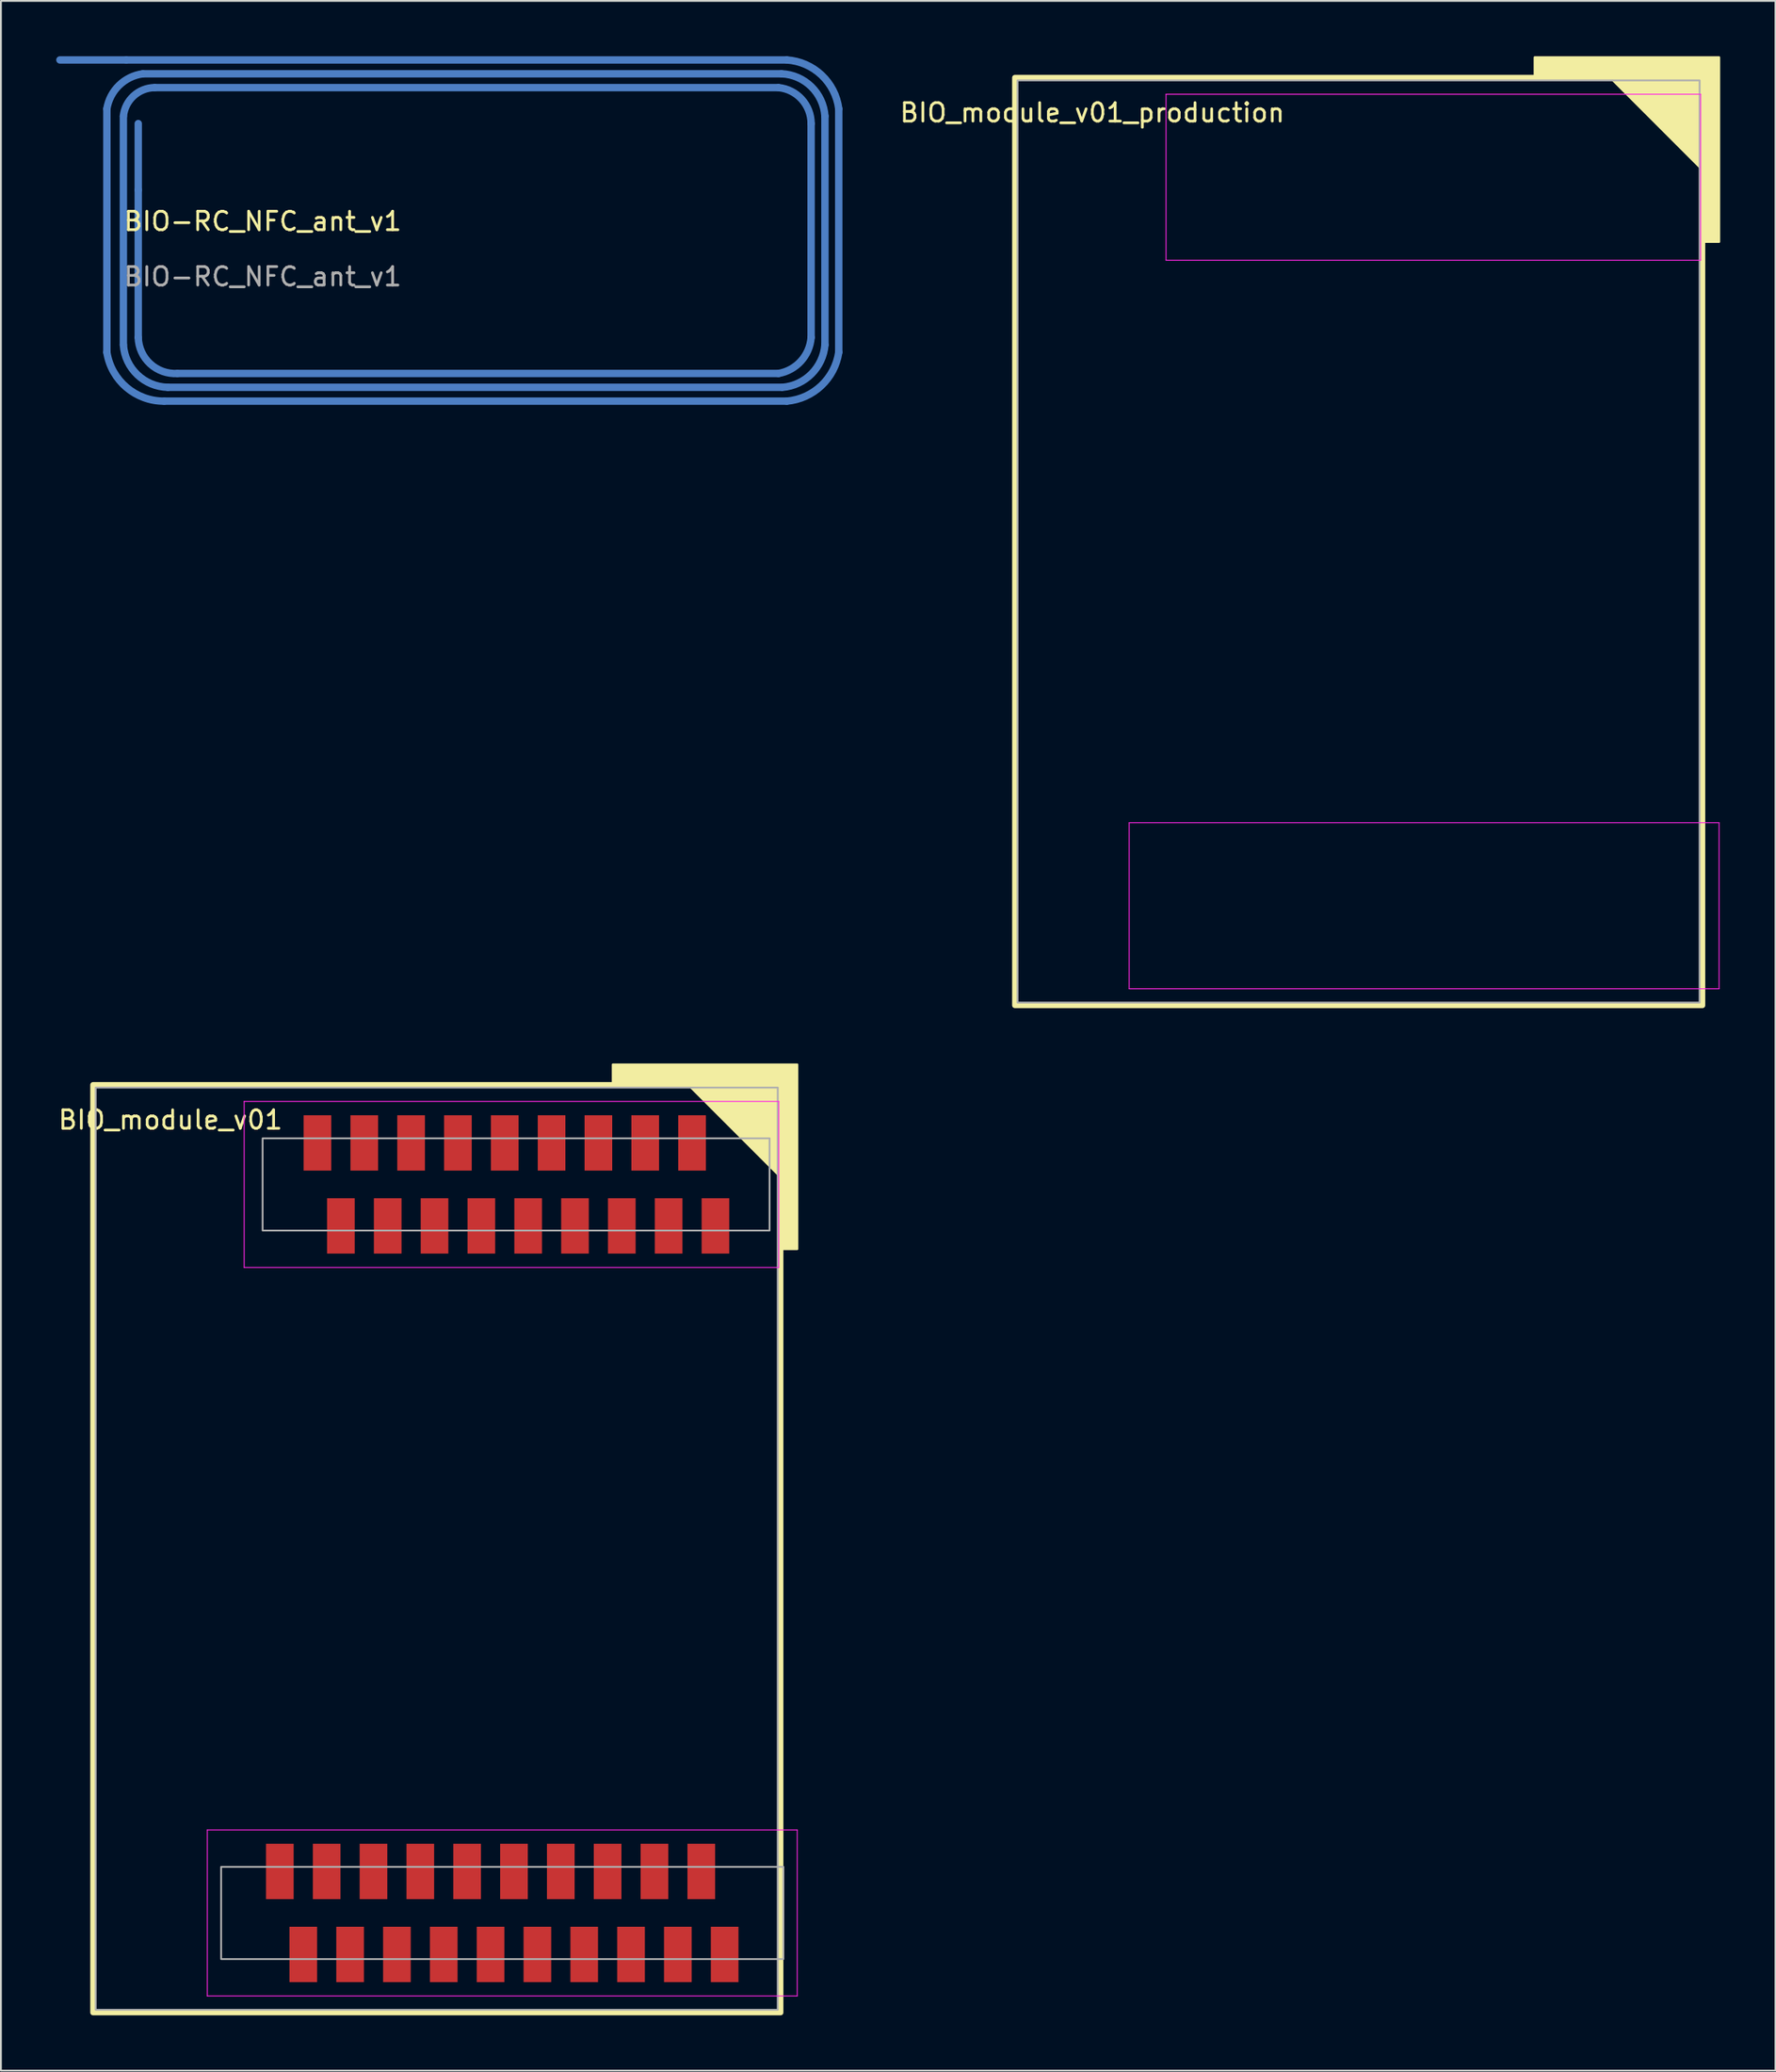
<source format=kicad_pcb>
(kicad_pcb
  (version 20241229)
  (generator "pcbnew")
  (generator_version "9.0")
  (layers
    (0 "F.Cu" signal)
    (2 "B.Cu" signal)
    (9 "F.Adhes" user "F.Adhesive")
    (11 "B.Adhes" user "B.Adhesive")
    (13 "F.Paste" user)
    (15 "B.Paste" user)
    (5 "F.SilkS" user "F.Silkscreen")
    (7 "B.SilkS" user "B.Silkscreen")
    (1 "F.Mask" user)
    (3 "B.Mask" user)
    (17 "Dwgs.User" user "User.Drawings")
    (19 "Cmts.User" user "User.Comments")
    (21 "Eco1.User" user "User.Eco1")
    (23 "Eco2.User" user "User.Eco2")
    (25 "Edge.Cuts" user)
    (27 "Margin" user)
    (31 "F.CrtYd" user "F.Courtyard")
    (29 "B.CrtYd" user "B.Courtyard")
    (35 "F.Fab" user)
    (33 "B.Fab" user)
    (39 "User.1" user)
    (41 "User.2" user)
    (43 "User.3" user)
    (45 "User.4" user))
  (footprint "BIO_module_v01"
    (layer "F.Cu")
    (at 24.196 100.67)
    (property "Reference" "BIO_module_v01" (at -18 -43 0) (unlocked yes) (layer "F.SilkS") (effects (font (size 1 1) (thickness 0.15))))
    (attr smd)
    (fp_rect (start -22.2 -44.9) (end -22.2 -44.9) (stroke (width 0.12) (type solid)) (fill no) (layer "F.SilkS"))
    (fp_rect (start 15.1 5.4) (end -22.2 -44.9) (stroke (width 0.3) (type solid)) (fill no) (layer "F.SilkS"))
    (fp_poly (pts (xy 16 -36) (xy 15 -36) (xy 15 -40) (xy 10 -45) (xy 6 -45) (xy 6 -46) (xy 16 -46)) (stroke (width 0.12) (type solid)) (fill yes) (layer "F.SilkS"))
    (fp_line (start -16 -4.5) (end -16 4.5) (stroke (width 0.05) (type solid)) (layer "F.CrtYd"))
    (fp_line (start -16 4.5) (end 16 4.5) (stroke (width 0.05) (type solid)) (layer "F.CrtYd"))
    (fp_line (start -14 -44) (end -14 -35) (stroke (width 0.05) (type solid)) (layer "F.CrtYd"))
    (fp_line (start -14 -35) (end 15 -35) (stroke (width 0.05) (type solid)) (layer "F.CrtYd"))
    (fp_line (start 15 -44) (end -14 -44) (stroke (width 0.05) (type solid)) (layer "F.CrtYd"))
    (fp_line (start 15 -35) (end 15 -44) (stroke (width 0.05) (type solid)) (layer "F.CrtYd"))
    (fp_line (start 16 -4.5) (end -16 -4.5) (stroke (width 0.05) (type solid)) (layer "F.CrtYd"))
    (fp_line (start 16 4.5) (end 16 -4.5) (stroke (width 0.05) (type solid)) (layer "F.CrtYd"))
    (fp_rect (start -22.055 -44.75) (end 14.945 5.25) (stroke (width 0.1) (type solid)) (fill no) (layer "F.Fab"))
    (fp_rect (start -15.25 -2.5) (end 15.25 2.5) (stroke (width 0.1) (type solid)) (fill no) (layer "F.Fab"))
    (fp_rect (start -13 -42) (end 14.5 -37) (stroke (width 0.1) (type solid)) (fill no) (layer "F.Fab"))
    (pad "A1" smd rect (at 11.565 -37.25) (size 1.5 3) (layers "F.Cu" "F.Mask" "F.Paste"))
    (pad "A2" smd rect (at 10.295 -41.75) (size 1.5 3) (layers "F.Cu" "F.Mask" "F.Paste"))
    (pad "A3" smd rect (at 9.025 -37.25) (size 1.5 3) (layers "F.Cu" "F.Mask" "F.Paste"))
    (pad "A4" smd rect (at 7.755 -41.75) (size 1.5 3) (layers "F.Cu" "F.Mask" "F.Paste"))
    (pad "A5" smd rect (at 6.485 -37.25) (size 1.5 3) (layers "F.Cu" "F.Mask" "F.Paste"))
    (pad "A6" smd rect (at 5.215 -41.75) (size 1.5 3) (layers "F.Cu" "F.Mask" "F.Paste"))
    (pad "A7" smd rect (at 3.945 -37.25) (size 1.5 3) (layers "F.Cu" "F.Mask" "F.Paste"))
    (pad "A8" smd rect (at 2.675 -41.75) (size 1.5 3) (layers "F.Cu" "F.Mask" "F.Paste"))
    (pad "A9" smd rect (at 1.405 -37.25) (size 1.5 3) (layers "F.Cu" "F.Mask" "F.Paste"))
    (pad "A10" smd rect (at 0.135 -41.75) (size 1.5 3) (layers "F.Cu" "F.Mask" "F.Paste"))
    (pad "A11" smd rect (at -1.135 -37.25) (size 1.5 3) (layers "F.Cu" "F.Mask" "F.Paste"))
    (pad "A12" smd rect (at -2.405 -41.75) (size 1.5 3) (layers "F.Cu" "F.Mask" "F.Paste"))
    (pad "A13" smd rect (at -3.675 -37.25) (size 1.5 3) (layers "F.Cu" "F.Mask" "F.Paste"))
    (pad "A14" smd rect (at -4.945 -41.75) (size 1.5 3) (layers "F.Cu" "F.Mask" "F.Paste"))
    (pad "A15" smd rect (at -6.215 -37.25) (size 1.5 3) (layers "F.Cu" "F.Mask" "F.Paste"))
    (pad "A16" smd rect (at -7.485 -41.75) (size 1.5 3) (layers "F.Cu" "F.Mask" "F.Paste"))
    (pad "A17" smd rect (at -8.755 -37.25) (size 1.5 3) (layers "F.Cu" "F.Mask" "F.Paste"))
    (pad "A18" smd rect (at -10.025 -41.75) (size 1.5 3) (layers "F.Cu" "F.Mask" "F.Paste"))
    (pad "B1" smd rect (at 12.065 2.25) (size 1.5 3) (layers "F.Cu" "F.Mask" "F.Paste"))
    (pad "B2" smd rect (at 10.795 -2.25) (size 1.5 3) (layers "F.Cu" "F.Mask" "F.Paste"))
    (pad "B3" smd rect (at 9.525 2.25) (size 1.5 3) (layers "F.Cu" "F.Mask" "F.Paste"))
    (pad "B4" smd rect (at 8.255 -2.25) (size 1.5 3) (layers "F.Cu" "F.Mask" "F.Paste"))
    (pad "B5" smd rect (at 6.985 2.25) (size 1.5 3) (layers "F.Cu" "F.Mask" "F.Paste"))
    (pad "B6" smd rect (at 5.715 -2.25) (size 1.5 3) (layers "F.Cu" "F.Mask" "F.Paste"))
    (pad "B7" smd rect (at 4.445 2.25) (size 1.5 3) (layers "F.Cu" "F.Mask" "F.Paste"))
    (pad "B8" smd rect (at 3.175 -2.25) (size 1.5 3) (layers "F.Cu" "F.Mask" "F.Paste"))
    (pad "B9" smd rect (at 1.905 2.25) (size 1.5 3) (layers "F.Cu" "F.Mask" "F.Paste"))
    (pad "B10" smd rect (at 0.635 -2.25) (size 1.5 3) (layers "F.Cu" "F.Mask" "F.Paste"))
    (pad "B11" smd rect (at -0.635 2.25) (size 1.5 3) (layers "F.Cu" "F.Mask" "F.Paste"))
    (pad "B12" smd rect (at -1.905 -2.25) (size 1.5 3) (layers "F.Cu" "F.Mask" "F.Paste"))
    (pad "B13" smd rect (at -3.175 2.25) (size 1.5 3) (layers "F.Cu" "F.Mask" "F.Paste"))
    (pad "B14" smd rect (at -4.445 -2.25) (size 1.5 3) (layers "F.Cu" "F.Mask" "F.Paste"))
    (pad "B15" smd rect (at -5.715 2.25) (size 1.5 3) (layers "F.Cu" "F.Mask" "F.Paste"))
    (pad "B16" smd rect (at -6.985 -2.25) (size 1.5 3) (layers "F.Cu" "F.Mask" "F.Paste"))
    (pad "B17" smd rect (at -8.255 2.25) (size 1.5 3) (layers "F.Cu" "F.Mask" "F.Paste"))
    (pad "B18" smd rect (at -9.525 -2.25) (size 1.5 3) (layers "F.Cu" "F.Mask" "F.Paste"))
    (pad "B19" smd rect (at -10.795 2.25) (size 1.5 3) (layers "F.Cu" "F.Mask" "F.Paste"))
    (pad "B20" smd rect (at -12.065 -2.25) (size 1.5 3) (layers "F.Cu" "F.Mask" "F.Paste")))
  (footprint "BIO-RC_NFC_ant_v1"
    (layer "F.Cu")
    (at 11.2 9.45)
    (property "Reference" "BIO-RC_NFC_ant_v1" (at 0 -0.5 0) (unlocked yes) (layer "F.SilkS") (effects (font (size 1 1) (thickness 0.15))))
    (attr smd)
    (fp_line (start -8.453 -6.6) (end -8.453 6.6) (stroke (width 0.4) (type solid)) (layer "B.Cu"))
    (fp_line (start -7.557 6.2) (end -7.557 -6.2) (stroke (width 0.4) (type solid)) (layer "B.Cu"))
    (fp_line (start -7.4 -9.25) (end 28.432 -9.25) (stroke (width 0.4) (type solid)) (layer "B.Cu"))
    (fp_line (start -6.75 5.8) (end -6.75 -2.2) (stroke (width 0.4) (type solid)) (layer "B.Cu"))
    (fp_line (start -6.5 -8.5) (end 28.139 -8.5) (stroke (width 0.4) (type solid)) (layer "B.Cu"))
    (fp_line (start -5.857 -7.75) (end 27.98 -7.75) (stroke (width 0.4) (type solid)) (layer "B.Cu"))
    (fp_line (start -5.338 9.25) (end 28.432 9.25) (stroke (width 0.4) (type solid)) (layer "B.Cu"))
    (fp_line (start -5.144 8.5) (end 28.139 8.5) (stroke (width 0.4) (type solid)) (layer "B.Cu"))
    (fp_line (start -4.633 7.75) (end 27.98 7.75) (stroke (width 0.4) (type solid)) (layer "B.Cu"))
    (fp_line (start 29.75 5.8) (end 29.75 -5.8) (stroke (width 0.4) (type solid)) (layer "B.Cu"))
    (fp_line (start 30.5 -6.2) (end 30.5 6.2) (stroke (width 0.4) (type solid)) (layer "B.Cu"))
    (fp_line (start 31.25 -6.6) (end 31.25 6.6) (stroke (width 0.4) (type solid)) (layer "B.Cu"))
    (fp_arc (start -8.453 -6.6) (mid -7.789887 -7.872129) (end -6.5 -8.5) (stroke (width 0.4) (type solid)) (layer "B.Cu"))
    (fp_arc (start -7.557 -6.2) (mid -7.002237 -7.298808) (end -5.857 -7.75) (stroke (width 0.4) (type solid)) (layer "B.Cu"))
    (fp_arc (start -5.338 9.25) (mid -7.388391 8.504379) (end -8.453 6.6) (stroke (width 0.4) (type solid)) (layer "B.Cu"))
    (fp_arc (start -5.144 8.5) (mid -6.797017 7.818455) (end -7.557 6.2) (stroke (width 0.4) (type solid)) (layer "B.Cu"))
    (fp_arc (start -4.633 7.75) (mid -6.104514 7.223385) (end -6.75 5.8) (stroke (width 0.4) (type solid)) (layer "B.Cu"))
    (fp_arc (start 27.98 -7.75) (mid 29.242318 -7.117499) (end 29.75 -5.8) (stroke (width 0.4) (type solid)) (layer "B.Cu"))
    (fp_arc (start 28.139 -8.5) (mid 29.760455 -7.802632) (end 30.5 -6.2) (stroke (width 0.4) (type solid)) (layer "B.Cu"))
    (fp_arc (start 28.432 -9.25) (mid 30.315902 -8.430008) (end 31.25 -6.6) (stroke (width 0.4) (type solid)) (layer "B.Cu"))
    (fp_arc (start 29.75 5.8) (mid 29.20039 7.079431) (end 27.98 7.75) (stroke (width 0.4) (type solid)) (layer "B.Cu"))
    (fp_arc (start 30.5 6.2) (mid 29.771884 7.771884) (end 28.2 8.5) (stroke (width 0.4) (type solid)) (layer "B.Cu"))
    (fp_arc (start 31.25 6.6) (mid 30.300957 8.414119) (end 28.432 9.25) (stroke (width 0.4) (type solid)) (layer "B.Cu"))
    (fp_text user "${REFERENCE}" (at 0 2.5 0) (unlocked yes) (layer "F.Fab") (effects (font (size 1 1) (thickness 0.15))))
    (pad "1" smd oval (at -6.75 -4) (size 0.4 4) (layers "B.Cu"))
    (pad "2" smd oval (at -9.2 -9.25) (size 4 0.4) (layers "B.Cu")))
  (footprint "BIO_module_v01_production"
    (layer "F.Cu")
    (at 74.204 46.06)
    (property "Reference" "BIO_module_v01_production" (at -18 -43 0) (unlocked yes) (layer "F.SilkS") (effects (font (size 1 1) (thickness 0.15))))
    (attr smd)
    (fp_rect (start -22.2 -44.9) (end -22.2 -44.9) (stroke (width 0.12) (type solid)) (fill no) (layer "F.SilkS"))
    (fp_rect (start 15.1 5.4) (end -22.2 -44.9) (stroke (width 0.3) (type solid)) (fill no) (layer "F.SilkS"))
    (fp_poly (pts (xy 16 -36) (xy 15 -36) (xy 15 -40) (xy 10 -45) (xy 6 -45) (xy 6 -46) (xy 16 -46)) (stroke (width 0.12) (type solid)) (fill yes) (layer "F.SilkS"))
    (fp_line (start -16 -4.5) (end -16 4.5) (stroke (width 0.05) (type solid)) (layer "F.CrtYd"))
    (fp_line (start -16 4.5) (end 16 4.5) (stroke (width 0.05) (type solid)) (layer "F.CrtYd"))
    (fp_line (start -14 -44) (end -14 -35) (stroke (width 0.05) (type solid)) (layer "F.CrtYd"))
    (fp_line (start -14 -35) (end 15 -35) (stroke (width 0.05) (type solid)) (layer "F.CrtYd"))
    (fp_line (start 15 -44) (end -14 -44) (stroke (width 0.05) (type solid)) (layer "F.CrtYd"))
    (fp_line (start 15 -35) (end 15 -44) (stroke (width 0.05) (type solid)) (layer "F.CrtYd"))
    (fp_line (start 16 -4.5) (end -16 -4.5) (stroke (width 0.05) (type solid)) (layer "F.CrtYd"))
    (fp_line (start 16 4.5) (end 16 -4.5) (stroke (width 0.05) (type solid)) (layer "F.CrtYd"))
    (fp_rect (start -22.055 -44.75) (end 14.945 5.25) (stroke (width 0.1) (type solid)) (fill no) (layer "F.Fab")))
  (gr_rect
    (start -3 -3)
    (end 93.264 109.22)
    (stroke (width 0.1) (type default))
    (fill no)
    (layer "Edge.Cuts")))
</source>
